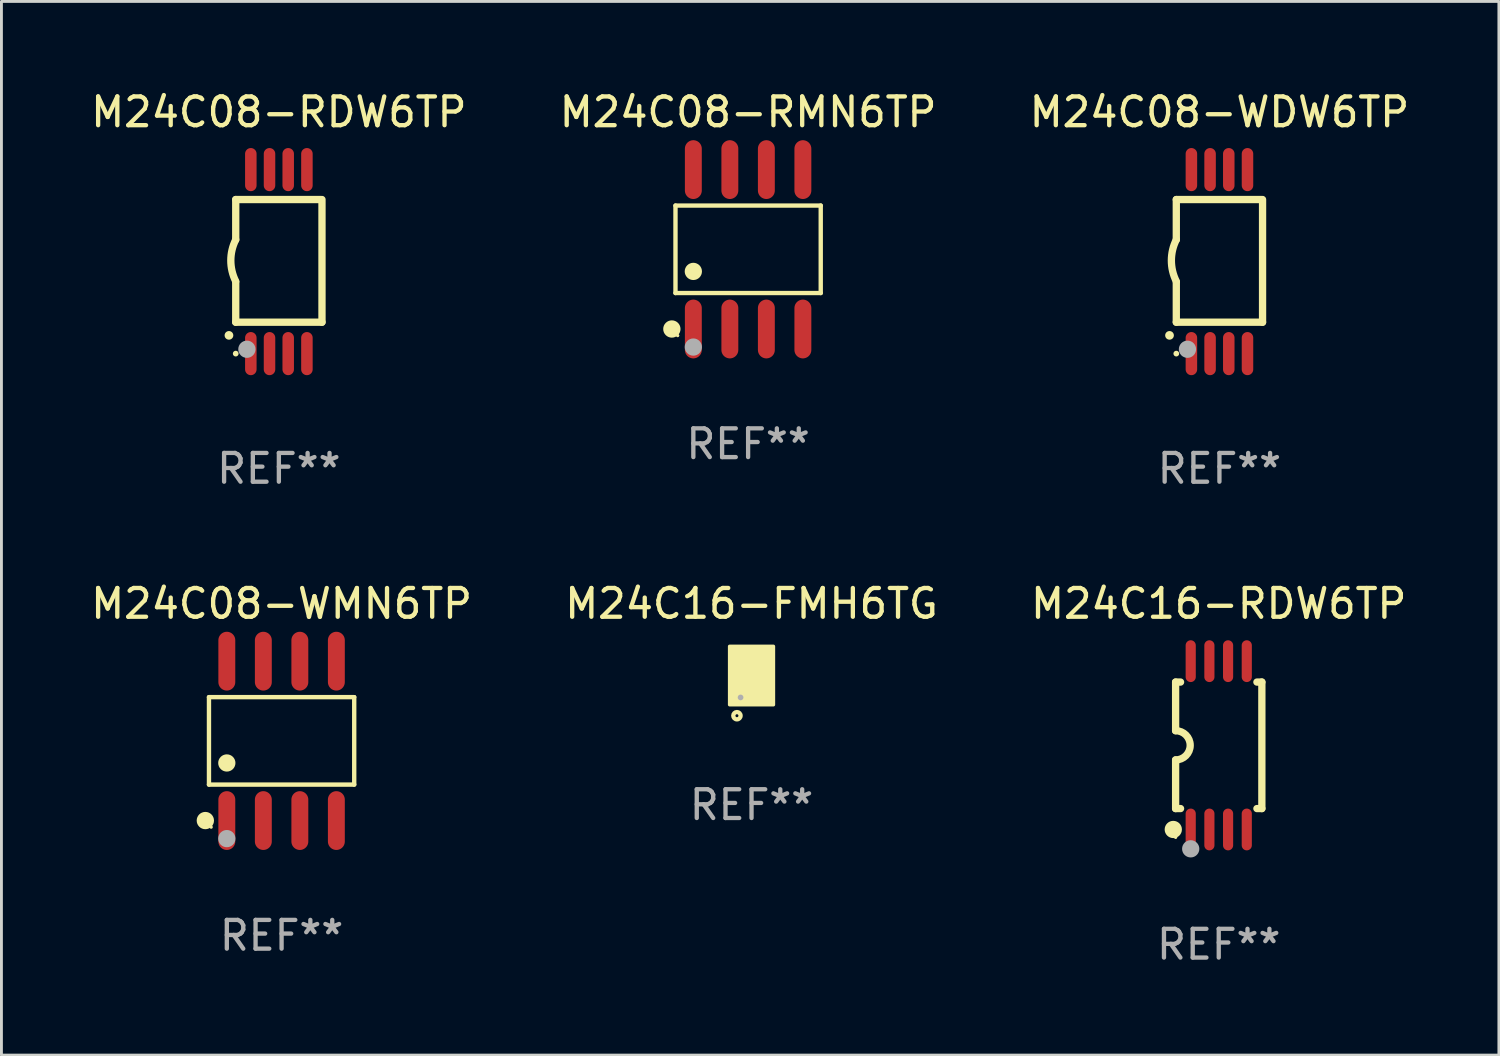
<source format=kicad_pcb>
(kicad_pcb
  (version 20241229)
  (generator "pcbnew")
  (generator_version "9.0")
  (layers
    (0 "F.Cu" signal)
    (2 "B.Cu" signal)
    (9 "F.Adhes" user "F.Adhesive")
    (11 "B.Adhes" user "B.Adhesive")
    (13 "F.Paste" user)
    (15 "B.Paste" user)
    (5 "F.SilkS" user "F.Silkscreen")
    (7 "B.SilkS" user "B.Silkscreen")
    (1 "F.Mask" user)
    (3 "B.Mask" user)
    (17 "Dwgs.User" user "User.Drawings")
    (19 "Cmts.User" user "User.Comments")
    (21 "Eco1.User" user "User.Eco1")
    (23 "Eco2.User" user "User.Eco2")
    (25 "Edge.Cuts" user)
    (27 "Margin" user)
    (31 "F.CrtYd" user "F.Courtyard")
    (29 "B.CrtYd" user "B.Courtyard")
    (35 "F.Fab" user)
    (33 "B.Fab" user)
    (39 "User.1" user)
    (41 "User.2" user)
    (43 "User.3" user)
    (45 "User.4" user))
  (footprint "M24C08-RDW6TP"
    (layer "F.Cu")
    (at 6.649 6.049)
    (property "Reference" "M24C08-RDW6TP" (at 0 -5.2 0) (layer "F.SilkS") (effects (font (size 1 1) (thickness 0.15))))
    (attr through_hole)
    (fp_line (start -1.5 -0.762) (end -1.5 -2.159) (stroke (width 0.254) (type solid)) (layer "F.SilkS"))
    (fp_line (start -1.5 2.108) (end -1.5 0.711) (stroke (width 0.254) (type solid)) (layer "F.SilkS"))
    (fp_line (start -1.5 2.108) (end 1.5 2.108) (stroke (width 0.254) (type solid)) (layer "F.SilkS"))
    (fp_line (start 1.463 -2.159) (end -1.5 -2.159) (stroke (width 0.254) (type solid)) (layer "F.SilkS"))
    (fp_line (start 1.5 2.108) (end 1.5 -2.159) (stroke (width 0.254) (type solid)) (layer "F.SilkS"))
    (fp_arc (start -1.737287 2.565405) (mid -1.736017 2.5654) (end -1.734747 2.565405) (stroke (width 0.3) (type solid)) (layer "F.SilkS"))
    (fp_arc (start -1.500076 0.685801) (mid -1.670966 -0.0381) (end -1.500076 -0.762002) (stroke (width 0.254001) (type solid)) (layer "F.SilkS"))
    (fp_circle (center -1.5 3.2) (end -1.45 3.2) (stroke (width 0.1) (type solid)) (fill no) (layer "F.SilkS"))
    (fp_circle (center -1.112 3.048) (end -0.962 3.048) (stroke (width 0.3) (type solid)) (fill no) (layer "F.Fab"))
    (fp_text user "REF**" (at 0 7.2 0) (layer "F.Fab") (effects (font (size 1 1) (thickness 0.15))))
    (pad "1" smd oval (at -0.975 3.2 180) (size 0.4 1.5) (layers "F.Cu" "F.Mask" "F.Paste"))
    (pad "2" smd oval (at -0.325 3.2 180) (size 0.4 1.5) (layers "F.Cu" "F.Mask" "F.Paste"))
    (pad "3" smd oval (at 0.325 3.2 180) (size 0.4 1.5) (layers "F.Cu" "F.Mask" "F.Paste"))
    (pad "4" smd oval (at 0.976 3.2 180) (size 0.4 1.5) (layers "F.Cu" "F.Mask" "F.Paste"))
    (pad "5" smd oval (at 0.976 -3.2 180) (size 0.4 1.5) (layers "F.Cu" "F.Mask" "F.Paste"))
    (pad "6" smd oval (at 0.325 -3.2 180) (size 0.4 1.5) (layers "F.Cu" "F.Mask" "F.Paste"))
    (pad "7" smd oval (at -0.325 -3.2 180) (size 0.4 1.5) (layers "F.Cu" "F.Mask" "F.Paste"))
    (pad "8" smd oval (at -0.975 -3.2 180) (size 0.4 1.5) (layers "F.Cu" "F.Mask" "F.Paste")))
  (footprint "M24C08-WMN6TP"
    (layer "F.Cu")
    (at 6.744 22.718)
    (property "Reference" "M24C08-WMN6TP" (at 0 -4.772 0) (layer "F.SilkS") (effects (font (size 1 1) (thickness 0.15))))
    (attr through_hole)
    (fp_line (start -2.526 -1.521) (end 2.526 -1.521) (stroke (width 0.152) (type solid)) (layer "F.SilkS"))
    (fp_line (start -2.526 1.521) (end -2.526 -1.521) (stroke (width 0.152) (type solid)) (layer "F.SilkS"))
    (fp_line (start 2.526 -1.521) (end 2.526 1.521) (stroke (width 0.152) (type solid)) (layer "F.SilkS"))
    (fp_line (start 2.526 1.521) (end -2.526 1.521) (stroke (width 0.152) (type solid)) (layer "F.SilkS"))
    (fp_circle (center -2.652 2.772) (end -2.501 2.772) (stroke (width 0.3) (type solid)) (fill no) (layer "F.SilkS"))
    (fp_circle (center -2.45 3) (end -2.42 3) (stroke (width 0.06) (type solid)) (fill no) (layer "F.SilkS"))
    (fp_circle (center -1.905 0.769) (end -1.755 0.769) (stroke (width 0.3) (type solid)) (fill no) (layer "F.SilkS"))
    (fp_circle (center -1.905 3.4) (end -1.755 3.4) (stroke (width 0.3) (type solid)) (fill no) (layer "F.Fab"))
    (fp_text user "REF**" (at 0 6.772 0) (layer "F.Fab") (effects (font (size 1 1) (thickness 0.15))))
    (pad "1" smd oval (at -1.905 2.772) (size 0.588 2.045) (layers "F.Cu" "F.Mask" "F.Paste"))
    (pad "2" smd oval (at -0.635 2.772) (size 0.588 2.045) (layers "F.Cu" "F.Mask" "F.Paste"))
    (pad "3" smd oval (at 0.635 2.772) (size 0.588 2.045) (layers "F.Cu" "F.Mask" "F.Paste"))
    (pad "4" smd oval (at 1.905 2.772) (size 0.588 2.045) (layers "F.Cu" "F.Mask" "F.Paste"))
    (pad "5" smd oval (at 1.905 -2.772) (size 0.588 2.045) (layers "F.Cu" "F.Mask" "F.Paste"))
    (pad "6" smd oval (at 0.635 -2.772) (size 0.588 2.045) (layers "F.Cu" "F.Mask" "F.Paste"))
    (pad "7" smd oval (at -0.635 -2.772) (size 0.588 2.045) (layers "F.Cu" "F.Mask" "F.Paste"))
    (pad "8" smd oval (at -1.905 -2.772) (size 0.588 2.045) (layers "F.Cu" "F.Mask" "F.Paste")))
  (footprint "M24C16-FMH6TG"
    (layer "F.Cu")
    (at 23.089 20.446)
    (property "Reference" "M24C16-FMH6TG" (at 0 -2.5 0) (layer "F.SilkS") (effects (font (size 1 1) (thickness 0.15))))
    (attr through_hole)
    (fp_circle (center -0.7 0.85) (end -0.67 0.85) (stroke (width 0.06) (type solid)) (fill no) (layer "F.SilkS"))
    (fp_circle (center -0.508 1.397) (end -0.381 1.397) (stroke (width 0.15) (type solid)) (fill no) (layer "F.SilkS"))
    (fp_poly (pts (xy -0.762 -1.016) (xy 0.762 -1.016) (xy 0.762 1.016) (xy -0.762 1.016)) (stroke (width 0.12) (type solid)) (fill yes) (layer "F.SilkS"))
    (fp_circle (center -0.381 0.762) (end -0.331 0.762) (stroke (width 0.1) (type solid)) (fill no) (layer "F.Fab"))
    (fp_text user "REF**" (at 0 4.5 0) (layer "F.Fab") (effects (font (size 1 1) (thickness 0.15))))
    (pad "1" smd rect (at -0.4 0.5 90) (size 0.6 0.2) (layers "F.Cu" "F.Mask" "F.Paste"))
    (pad "2" smd rect (at 0 0.000127 90) (size 1.6 0.2) (layers "F.Cu" "F.Mask" "F.Paste"))
    (pad "3" smd rect (at 0.4 0.5 90) (size 0.6 0.2) (layers "F.Cu" "F.Mask" "F.Paste"))
    (pad "4" smd rect (at 0.4 -0.5 90) (size 0.6 0.2) (layers "F.Cu" "F.Mask" "F.Paste"))
    (pad "5" smd rect (at -0.4 -0.5 90) (size 0.6 0.2) (layers "F.Cu" "F.Mask" "F.Paste")))
  (footprint "M24C08-RMN6TP"
    (layer "F.Cu")
    (at 22.97 5.621)
    (property "Reference" "M24C08-RMN6TP" (at 0 -4.772 0) (layer "F.SilkS") (effects (font (size 1 1) (thickness 0.15))))
    (attr through_hole)
    (fp_line (start -2.526 -1.521) (end 2.526 -1.521) (stroke (width 0.152) (type solid)) (layer "F.SilkS"))
    (fp_line (start -2.526 1.521) (end -2.526 -1.521) (stroke (width 0.152) (type solid)) (layer "F.SilkS"))
    (fp_line (start 2.526 -1.521) (end 2.526 1.521) (stroke (width 0.152) (type solid)) (layer "F.SilkS"))
    (fp_line (start 2.526 1.521) (end -2.526 1.521) (stroke (width 0.152) (type solid)) (layer "F.SilkS"))
    (fp_circle (center -2.652 2.772) (end -2.501 2.772) (stroke (width 0.3) (type solid)) (fill no) (layer "F.SilkS"))
    (fp_circle (center -2.45 3) (end -2.42 3) (stroke (width 0.06) (type solid)) (fill no) (layer "F.SilkS"))
    (fp_circle (center -1.905 0.769) (end -1.755 0.769) (stroke (width 0.3) (type solid)) (fill no) (layer "F.SilkS"))
    (fp_circle (center -1.905 3.4) (end -1.755 3.4) (stroke (width 0.3) (type solid)) (fill no) (layer "F.Fab"))
    (fp_text user "REF**" (at 0 6.772 0) (layer "F.Fab") (effects (font (size 1 1) (thickness 0.15))))
    (pad "1" smd oval (at -1.905 2.772) (size 0.588 2.045) (layers "F.Cu" "F.Mask" "F.Paste"))
    (pad "2" smd oval (at -0.635 2.772) (size 0.588 2.045) (layers "F.Cu" "F.Mask" "F.Paste"))
    (pad "3" smd oval (at 0.635 2.772) (size 0.588 2.045) (layers "F.Cu" "F.Mask" "F.Paste"))
    (pad "4" smd oval (at 1.905 2.772) (size 0.588 2.045) (layers "F.Cu" "F.Mask" "F.Paste"))
    (pad "5" smd oval (at 1.905 -2.772) (size 0.588 2.045) (layers "F.Cu" "F.Mask" "F.Paste"))
    (pad "6" smd oval (at 0.635 -2.772) (size 0.588 2.045) (layers "F.Cu" "F.Mask" "F.Paste"))
    (pad "7" smd oval (at -0.635 -2.772) (size 0.588 2.045) (layers "F.Cu" "F.Mask" "F.Paste"))
    (pad "8" smd oval (at -1.905 -2.772) (size 0.588 2.045) (layers "F.Cu" "F.Mask" "F.Paste")))
  (footprint "M24C16-RDW6TP"
    (layer "F.Cu")
    (at 39.339 22.873)
    (property "Reference" "M24C16-RDW6TP" (at 0 -4.927 0) (layer "F.SilkS") (effects (font (size 1 1) (thickness 0.15))))
    (attr through_hole)
    (fp_line (start -1.5 -2.2) (end -1.5 -0.508) (stroke (width 0.254) (type solid)) (layer "F.SilkS"))
    (fp_line (start -1.5 -2.2) (end -1.328 -2.2) (stroke (width 0.254) (type solid)) (layer "F.SilkS"))
    (fp_line (start -1.5 2.2) (end -1.5 0.508) (stroke (width 0.254) (type solid)) (layer "F.SilkS"))
    (fp_line (start -1.5 2.2) (end -1.328 2.2) (stroke (width 0.254) (type solid)) (layer "F.SilkS"))
    (fp_line (start 1.328 -2.2) (end 1.5 -2.2) (stroke (width 0.254) (type solid)) (layer "F.SilkS"))
    (fp_line (start 1.328 2.2) (end 1.5 2.2) (stroke (width 0.254) (type solid)) (layer "F.SilkS"))
    (fp_line (start 1.5 -2.2) (end 1.5 2.2) (stroke (width 0.254) (type solid)) (layer "F.SilkS"))
    (fp_arc (start -1.501144 -0.508) (mid -0.993143 -0.000571) (end -1.5 0.508001) (stroke (width 0.254001) (type solid)) (layer "F.SilkS"))
    (fp_circle (center -1.581 2.927) (end -1.431 2.927) (stroke (width 0.3) (type solid)) (fill no) (layer "F.SilkS"))
    (fp_circle (center -1.5 3.2) (end -1.47 3.2) (stroke (width 0.06) (type solid)) (fill no) (layer "F.SilkS"))
    (fp_circle (center -0.975 3.6) (end -0.825 3.6) (stroke (width 0.3) (type solid)) (fill no) (layer "F.Fab"))
    (fp_text user "REF**" (at 0 6.927 0) (layer "F.Fab") (effects (font (size 1 1) (thickness 0.15))))
    (pad "1" smd oval (at -0.975 2.927) (size 0.353 1.454) (layers "F.Cu" "F.Mask" "F.Paste"))
    (pad "2" smd oval (at -0.325 2.927) (size 0.353 1.454) (layers "F.Cu" "F.Mask" "F.Paste"))
    (pad "3" smd oval (at 0.325 2.927) (size 0.353 1.454) (layers "F.Cu" "F.Mask" "F.Paste"))
    (pad "4" smd oval (at 0.975 2.927) (size 0.353 1.454) (layers "F.Cu" "F.Mask" "F.Paste"))
    (pad "5" smd oval (at 0.975 -2.927) (size 0.353 1.454) (layers "F.Cu" "F.Mask" "F.Paste"))
    (pad "6" smd oval (at 0.325 -2.927) (size 0.353 1.454) (layers "F.Cu" "F.Mask" "F.Paste"))
    (pad "7" smd oval (at -0.325 -2.927) (size 0.353 1.454) (layers "F.Cu" "F.Mask" "F.Paste"))
    (pad "8" smd oval (at -0.975 -2.927) (size 0.353 1.454) (layers "F.Cu" "F.Mask" "F.Paste")))
  (footprint "M24C08-WDW6TP"
    (layer "F.Cu")
    (at 39.363 6.049)
    (property "Reference" "M24C08-WDW6TP" (at 0 -5.2 0) (layer "F.SilkS") (effects (font (size 1 1) (thickness 0.15))))
    (attr through_hole)
    (fp_line (start -1.5 -0.762) (end -1.5 -2.159) (stroke (width 0.254) (type solid)) (layer "F.SilkS"))
    (fp_line (start -1.5 2.108) (end -1.5 0.711) (stroke (width 0.254) (type solid)) (layer "F.SilkS"))
    (fp_line (start -1.5 2.108) (end 1.5 2.108) (stroke (width 0.254) (type solid)) (layer "F.SilkS"))
    (fp_line (start 1.463 -2.159) (end -1.5 -2.159) (stroke (width 0.254) (type solid)) (layer "F.SilkS"))
    (fp_line (start 1.5 2.108) (end 1.5 -2.159) (stroke (width 0.254) (type solid)) (layer "F.SilkS"))
    (fp_arc (start -1.737287 2.565405) (mid -1.736017 2.5654) (end -1.734747 2.565405) (stroke (width 0.3) (type solid)) (layer "F.SilkS"))
    (fp_arc (start -1.500076 0.685801) (mid -1.670966 -0.0381) (end -1.500076 -0.762002) (stroke (width 0.254001) (type solid)) (layer "F.SilkS"))
    (fp_circle (center -1.5 3.2) (end -1.45 3.2) (stroke (width 0.1) (type solid)) (fill no) (layer "F.SilkS"))
    (fp_circle (center -1.112 3.048) (end -0.962 3.048) (stroke (width 0.3) (type solid)) (fill no) (layer "F.Fab"))
    (fp_text user "REF**" (at 0 7.2 0) (layer "F.Fab") (effects (font (size 1 1) (thickness 0.15))))
    (pad "1" smd oval (at -0.975 3.2 180) (size 0.4 1.5) (layers "F.Cu" "F.Mask" "F.Paste"))
    (pad "2" smd oval (at -0.325 3.2 180) (size 0.4 1.5) (layers "F.Cu" "F.Mask" "F.Paste"))
    (pad "3" smd oval (at 0.325 3.2 180) (size 0.4 1.5) (layers "F.Cu" "F.Mask" "F.Paste"))
    (pad "4" smd oval (at 0.976 3.2 180) (size 0.4 1.5) (layers "F.Cu" "F.Mask" "F.Paste"))
    (pad "5" smd oval (at 0.976 -3.2 180) (size 0.4 1.5) (layers "F.Cu" "F.Mask" "F.Paste"))
    (pad "6" smd oval (at 0.325 -3.2 180) (size 0.4 1.5) (layers "F.Cu" "F.Mask" "F.Paste"))
    (pad "7" smd oval (at -0.325 -3.2 180) (size 0.4 1.5) (layers "F.Cu" "F.Mask" "F.Paste"))
    (pad "8" smd oval (at -0.975 -3.2 180) (size 0.4 1.5) (layers "F.Cu" "F.Mask" "F.Paste")))
  (gr_rect
    (start -3 -3)
    (end 49.083 33.648)
    (stroke (width 0.1) (type default))
    (fill no)
    (layer "Edge.Cuts")))
</source>
